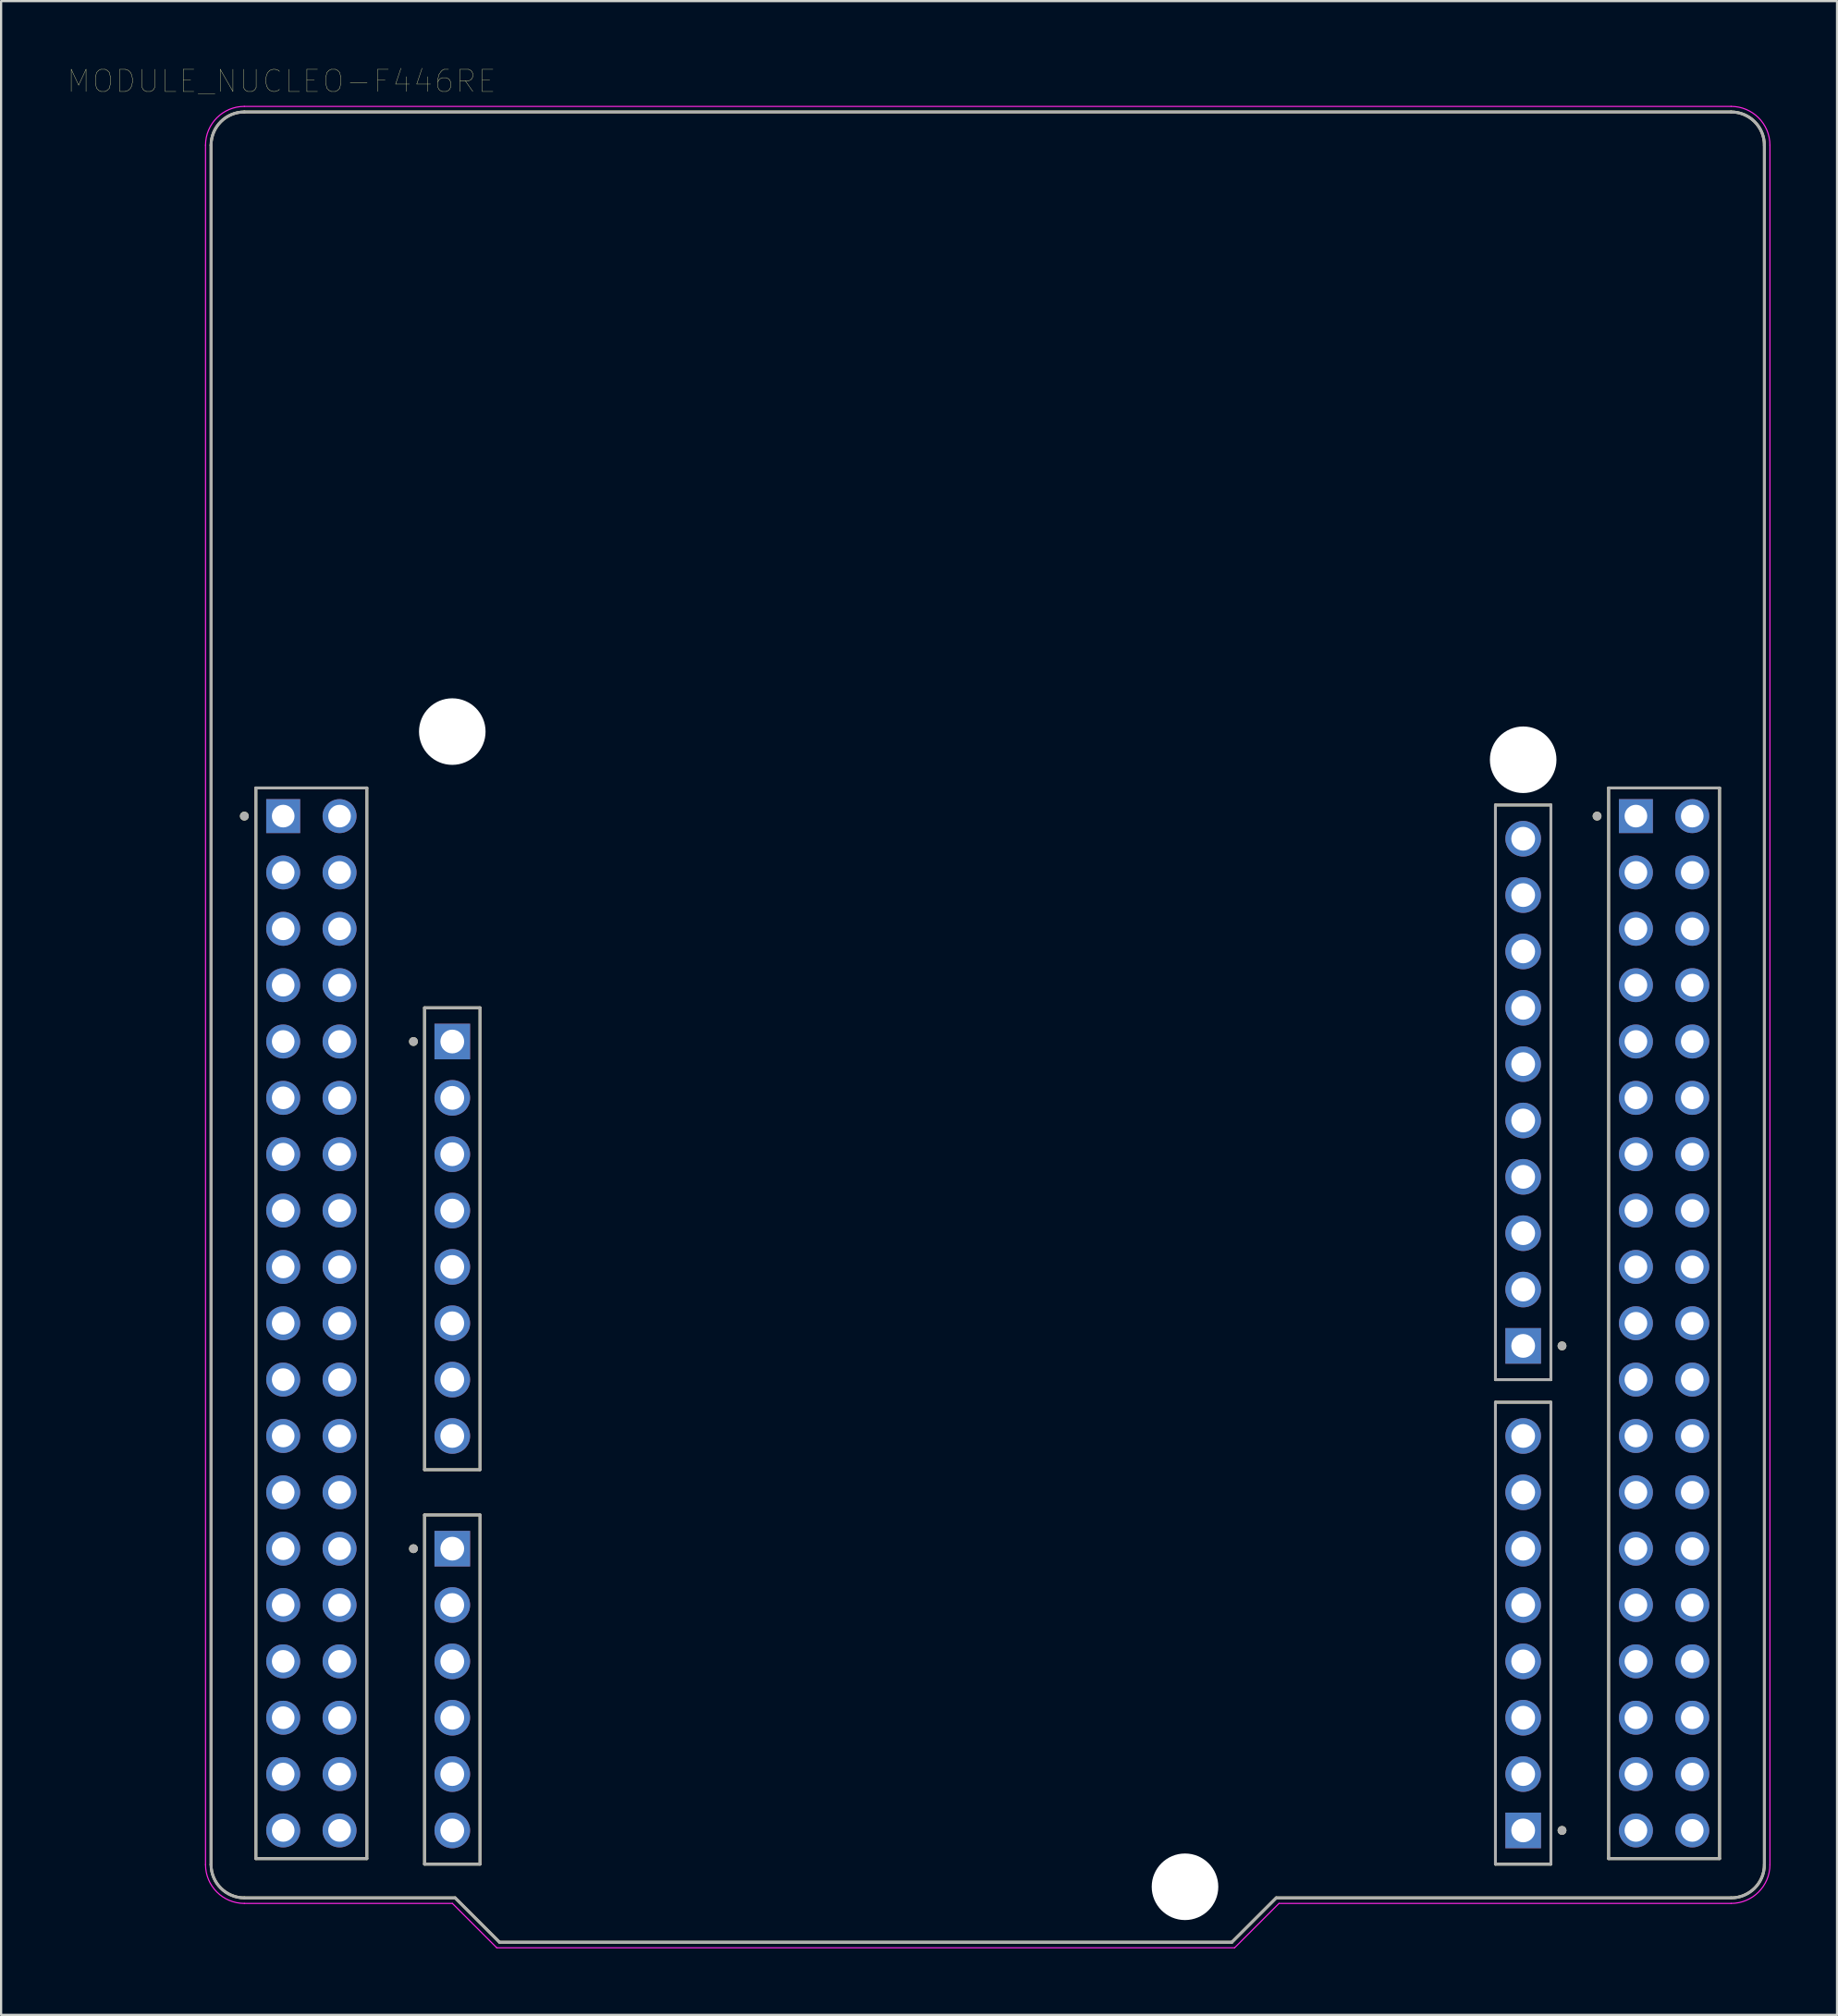
<source format=kicad_pcb>
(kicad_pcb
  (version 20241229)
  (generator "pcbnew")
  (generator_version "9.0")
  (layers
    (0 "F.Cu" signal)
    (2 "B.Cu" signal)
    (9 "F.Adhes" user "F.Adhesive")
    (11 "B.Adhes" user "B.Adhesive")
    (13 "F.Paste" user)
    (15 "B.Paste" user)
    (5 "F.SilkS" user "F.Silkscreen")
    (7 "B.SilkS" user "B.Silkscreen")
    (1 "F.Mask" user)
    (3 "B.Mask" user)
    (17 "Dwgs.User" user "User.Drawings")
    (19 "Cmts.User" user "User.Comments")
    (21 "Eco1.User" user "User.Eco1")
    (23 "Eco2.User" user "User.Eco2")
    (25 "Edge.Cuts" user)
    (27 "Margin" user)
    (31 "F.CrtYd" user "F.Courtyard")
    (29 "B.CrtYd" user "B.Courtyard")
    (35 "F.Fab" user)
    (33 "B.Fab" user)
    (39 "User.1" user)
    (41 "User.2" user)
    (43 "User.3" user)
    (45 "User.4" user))
  (footprint "MODULE_NUCLEO-F446RE"
    (layer "F.Cu")
    (at 41.462 43.246)
    (property "Reference" "MODULE_NUCLEO-F446RE" (at -31.825 -42.635 0) (layer "F.SilkS") (effects (font (size 1 1) (thickness 0.015))))
    (attr through_hole)
    (fp_line (start -35 37.75) (end -35 -39.75) (stroke (width 0.127) (type solid)) (layer "F.SilkS"))
    (fp_line (start -33.5 -41.25) (end 33.5 -41.25) (stroke (width 0.127) (type solid)) (layer "F.SilkS"))
    (fp_line (start -32.98 -10.78) (end -32.98 37.48) (stroke (width 0.127) (type solid)) (layer "F.SilkS"))
    (fp_line (start -32.98 37.48) (end -27.98 37.48) (stroke (width 0.127) (type solid)) (layer "F.SilkS"))
    (fp_line (start -27.98 -10.78) (end -32.98 -10.78) (stroke (width 0.127) (type solid)) (layer "F.SilkS"))
    (fp_line (start -27.98 37.48) (end -27.98 -10.78) (stroke (width 0.127) (type solid)) (layer "F.SilkS"))
    (fp_line (start -25.38 -0.87) (end -25.38 19.95) (stroke (width 0.127) (type solid)) (layer "F.SilkS"))
    (fp_line (start -25.38 19.95) (end -22.88 19.95) (stroke (width 0.127) (type solid)) (layer "F.SilkS"))
    (fp_line (start -25.38 21.99) (end -25.38 37.73) (stroke (width 0.127) (type solid)) (layer "F.SilkS"))
    (fp_line (start -25.38 37.73) (end -22.88 37.73) (stroke (width 0.127) (type solid)) (layer "F.SilkS"))
    (fp_line (start -24 39.25) (end -33.5 39.25) (stroke (width 0.127) (type solid)) (layer "F.SilkS"))
    (fp_line (start -22.88 -0.87) (end -25.38 -0.87) (stroke (width 0.127) (type solid)) (layer "F.SilkS"))
    (fp_line (start -22.88 19.95) (end -22.88 -0.87) (stroke (width 0.127) (type solid)) (layer "F.SilkS"))
    (fp_line (start -22.88 21.99) (end -25.38 21.99) (stroke (width 0.127) (type solid)) (layer "F.SilkS"))
    (fp_line (start -22.88 37.73) (end -22.88 21.99) (stroke (width 0.127) (type solid)) (layer "F.SilkS"))
    (fp_line (start -22 41.25) (end -24 39.25) (stroke (width 0.127) (type solid)) (layer "F.SilkS"))
    (fp_line (start 11 41.25) (end -22 41.25) (stroke (width 0.127) (type solid)) (layer "F.SilkS"))
    (fp_line (start 13 39.25) (end 11 41.25) (stroke (width 0.127) (type solid)) (layer "F.SilkS"))
    (fp_line (start 22.88 -10.01) (end 22.88 15.89) (stroke (width 0.127) (type solid)) (layer "F.SilkS"))
    (fp_line (start 22.88 15.89) (end 25.38 15.89) (stroke (width 0.127) (type solid)) (layer "F.SilkS"))
    (fp_line (start 22.88 16.91) (end 22.88 37.73) (stroke (width 0.127) (type solid)) (layer "F.SilkS"))
    (fp_line (start 22.88 37.73) (end 25.38 37.73) (stroke (width 0.127) (type solid)) (layer "F.SilkS"))
    (fp_line (start 25.38 -10.01) (end 22.88 -10.01) (stroke (width 0.127) (type solid)) (layer "F.SilkS"))
    (fp_line (start 25.38 15.89) (end 25.38 -10.01) (stroke (width 0.127) (type solid)) (layer "F.SilkS"))
    (fp_line (start 25.38 16.91) (end 22.88 16.91) (stroke (width 0.127) (type solid)) (layer "F.SilkS"))
    (fp_line (start 25.38 37.73) (end 25.38 16.91) (stroke (width 0.127) (type solid)) (layer "F.SilkS"))
    (fp_line (start 27.98 -10.78) (end 27.98 37.48) (stroke (width 0.127) (type solid)) (layer "F.SilkS"))
    (fp_line (start 27.98 37.48) (end 32.98 37.48) (stroke (width 0.127) (type solid)) (layer "F.SilkS"))
    (fp_line (start 32.98 -10.78) (end 27.98 -10.78) (stroke (width 0.127) (type solid)) (layer "F.SilkS"))
    (fp_line (start 32.98 37.48) (end 32.98 -10.78) (stroke (width 0.127) (type solid)) (layer "F.SilkS"))
    (fp_line (start 33.5 39.25) (end 13 39.25) (stroke (width 0.127) (type solid)) (layer "F.SilkS"))
    (fp_line (start 35 -39.75) (end 35 37.75) (stroke (width 0.127) (type solid)) (layer "F.SilkS"))
    (fp_arc (start -35 -39.75) (mid -34.56066 -40.81066) (end -33.5 -41.25) (stroke (width 0.127) (type solid)) (layer "F.SilkS"))
    (fp_arc (start -33.5 39.25) (mid -34.56066 38.81066) (end -35 37.75) (stroke (width 0.127) (type solid)) (layer "F.SilkS"))
    (fp_arc (start 33.5 -41.25) (mid 34.56066 -40.81066) (end 35 -39.75) (stroke (width 0.127) (type solid)) (layer "F.SilkS"))
    (fp_arc (start 35 37.75) (mid 34.56066 38.81066) (end 33.5 39.25) (stroke (width 0.127) (type solid)) (layer "F.SilkS"))
    (fp_circle (center -33.5 -9.51) (end -33.4 -9.51) (stroke (width 0.2) (type solid)) (fill no) (layer "F.SilkS"))
    (fp_circle (center -25.88 0.65) (end -25.78 0.65) (stroke (width 0.2) (type solid)) (fill no) (layer "F.SilkS"))
    (fp_circle (center -25.88 23.51) (end -25.78 23.51) (stroke (width 0.2) (type solid)) (fill no) (layer "F.SilkS"))
    (fp_circle (center 25.88 14.37) (end 25.98 14.37) (stroke (width 0.2) (type solid)) (fill no) (layer "F.SilkS"))
    (fp_circle (center 25.88 36.21) (end 25.98 36.21) (stroke (width 0.2) (type solid)) (fill no) (layer "F.SilkS"))
    (fp_circle (center 27.46 -9.51) (end 27.56 -9.51) (stroke (width 0.2) (type solid)) (fill no) (layer "F.SilkS"))
    (fp_line (start -35.25 37.75) (end -35.25 -39.75) (stroke (width 0.05) (type solid)) (layer "F.CrtYd"))
    (fp_line (start -33.5 -41.5) (end 33.5 -41.5) (stroke (width 0.05) (type solid)) (layer "F.CrtYd"))
    (fp_line (start -24.125 39.5) (end -33.5 39.5) (stroke (width 0.05) (type solid)) (layer "F.CrtYd"))
    (fp_line (start -22.125 41.5) (end -24.125 39.5) (stroke (width 0.05) (type solid)) (layer "F.CrtYd"))
    (fp_line (start 11.125 41.5) (end -22.125 41.5) (stroke (width 0.05) (type solid)) (layer "F.CrtYd"))
    (fp_line (start 13.125 39.5) (end 11.125 41.5) (stroke (width 0.05) (type solid)) (layer "F.CrtYd"))
    (fp_line (start 33.5 39.5) (end 13.125 39.5) (stroke (width 0.05) (type solid)) (layer "F.CrtYd"))
    (fp_line (start 35.25 -39.75) (end 35.25 37.75) (stroke (width 0.05) (type solid)) (layer "F.CrtYd"))
    (fp_arc (start -35.25 -39.75) (mid -34.737437 -40.987437) (end -33.5 -41.5) (stroke (width 0.05) (type solid)) (layer "F.CrtYd"))
    (fp_arc (start -33.5 39.5) (mid -34.737437 38.987437) (end -35.25 37.75) (stroke (width 0.05) (type solid)) (layer "F.CrtYd"))
    (fp_arc (start 33.5 -41.5) (mid 34.737437 -40.987437) (end 35.25 -39.75) (stroke (width 0.05) (type solid)) (layer "F.CrtYd"))
    (fp_arc (start 35.25 37.75) (mid 34.737437 38.987437) (end 33.5 39.5) (stroke (width 0.05) (type solid)) (layer "F.CrtYd"))
    (fp_line (start -35 37.75) (end -35 -39.75) (stroke (width 0.127) (type solid)) (layer "F.Fab"))
    (fp_line (start -33.5 -41.25) (end 33.5 -41.25) (stroke (width 0.127) (type solid)) (layer "F.Fab"))
    (fp_line (start -32.98 -10.78) (end -32.98 37.48) (stroke (width 0.127) (type solid)) (layer "F.Fab"))
    (fp_line (start -32.98 37.48) (end -27.98 37.48) (stroke (width 0.127) (type solid)) (layer "F.Fab"))
    (fp_line (start -27.98 -10.78) (end -32.98 -10.78) (stroke (width 0.127) (type solid)) (layer "F.Fab"))
    (fp_line (start -27.98 37.48) (end -27.98 -10.78) (stroke (width 0.127) (type solid)) (layer "F.Fab"))
    (fp_line (start -25.38 -0.87) (end -25.38 19.95) (stroke (width 0.127) (type solid)) (layer "F.Fab"))
    (fp_line (start -25.38 19.95) (end -22.88 19.95) (stroke (width 0.127) (type solid)) (layer "F.Fab"))
    (fp_line (start -25.38 21.99) (end -25.38 37.73) (stroke (width 0.127) (type solid)) (layer "F.Fab"))
    (fp_line (start -25.38 37.73) (end -22.88 37.73) (stroke (width 0.127) (type solid)) (layer "F.Fab"))
    (fp_line (start -24 39.25) (end -33.5 39.25) (stroke (width 0.127) (type solid)) (layer "F.Fab"))
    (fp_line (start -22.88 -0.87) (end -25.38 -0.87) (stroke (width 0.127) (type solid)) (layer "F.Fab"))
    (fp_line (start -22.88 19.95) (end -22.88 -0.87) (stroke (width 0.127) (type solid)) (layer "F.Fab"))
    (fp_line (start -22.88 21.99) (end -25.38 21.99) (stroke (width 0.127) (type solid)) (layer "F.Fab"))
    (fp_line (start -22.88 37.73) (end -22.88 21.99) (stroke (width 0.127) (type solid)) (layer "F.Fab"))
    (fp_line (start -22 41.25) (end -24 39.25) (stroke (width 0.127) (type solid)) (layer "F.Fab"))
    (fp_line (start 11 41.25) (end -22 41.25) (stroke (width 0.127) (type solid)) (layer "F.Fab"))
    (fp_line (start 13 39.25) (end 11 41.25) (stroke (width 0.127) (type solid)) (layer "F.Fab"))
    (fp_line (start 22.88 -10.01) (end 22.88 15.89) (stroke (width 0.127) (type solid)) (layer "F.Fab"))
    (fp_line (start 22.88 15.89) (end 25.38 15.89) (stroke (width 0.127) (type solid)) (layer "F.Fab"))
    (fp_line (start 22.88 16.91) (end 22.88 37.73) (stroke (width 0.127) (type solid)) (layer "F.Fab"))
    (fp_line (start 22.88 37.73) (end 25.38 37.73) (stroke (width 0.127) (type solid)) (layer "F.Fab"))
    (fp_line (start 25.38 -10.01) (end 22.88 -10.01) (stroke (width 0.127) (type solid)) (layer "F.Fab"))
    (fp_line (start 25.38 15.89) (end 25.38 -10.01) (stroke (width 0.127) (type solid)) (layer "F.Fab"))
    (fp_line (start 25.38 16.91) (end 22.88 16.91) (stroke (width 0.127) (type solid)) (layer "F.Fab"))
    (fp_line (start 25.38 37.73) (end 25.38 16.91) (stroke (width 0.127) (type solid)) (layer "F.Fab"))
    (fp_line (start 27.98 -10.78) (end 27.98 37.48) (stroke (width 0.127) (type solid)) (layer "F.Fab"))
    (fp_line (start 27.98 37.48) (end 32.98 37.48) (stroke (width 0.127) (type solid)) (layer "F.Fab"))
    (fp_line (start 32.98 -10.78) (end 27.98 -10.78) (stroke (width 0.127) (type solid)) (layer "F.Fab"))
    (fp_line (start 32.98 37.48) (end 32.98 -10.78) (stroke (width 0.127) (type solid)) (layer "F.Fab"))
    (fp_line (start 33.5 39.25) (end 13 39.25) (stroke (width 0.127) (type solid)) (layer "F.Fab"))
    (fp_line (start 35 -39.75) (end 35 37.75) (stroke (width 0.127) (type solid)) (layer "F.Fab"))
    (fp_arc (start -35 -39.75) (mid -34.56066 -40.81066) (end -33.5 -41.25) (stroke (width 0.127) (type solid)) (layer "F.Fab"))
    (fp_arc (start -33.5 39.25) (mid -34.56066 38.81066) (end -35 37.75) (stroke (width 0.127) (type solid)) (layer "F.Fab"))
    (fp_arc (start 33.5 -41.25) (mid 34.56066 -40.81066) (end 35 -39.75) (stroke (width 0.127) (type solid)) (layer "F.Fab"))
    (fp_arc (start 35 37.75) (mid 34.56066 38.81066) (end 33.5 39.25) (stroke (width 0.127) (type solid)) (layer "F.Fab"))
    (fp_circle (center -33.5 -9.51) (end -33.4 -9.51) (stroke (width 0.2) (type solid)) (fill no) (layer "F.Fab"))
    (fp_circle (center -25.88 0.65) (end -25.78 0.65) (stroke (width 0.2) (type solid)) (fill no) (layer "F.Fab"))
    (fp_circle (center -25.88 23.51) (end -25.78 23.51) (stroke (width 0.2) (type solid)) (fill no) (layer "F.Fab"))
    (fp_circle (center 25.88 14.37) (end 25.98 14.37) (stroke (width 0.2) (type solid)) (fill no) (layer "F.Fab"))
    (fp_circle (center 25.88 36.21) (end 25.98 36.21) (stroke (width 0.2) (type solid)) (fill no) (layer "F.Fab"))
    (fp_circle (center 27.46 -9.51) (end 27.56 -9.51) (stroke (width 0.2) (type solid)) (fill no) (layer "F.Fab"))
    (pad "" np_thru_hole circle (at -24.13 -13.32) (size 3 3) (drill 3) (layers "*.Cu" "*.Mask"))
    (pad "" np_thru_hole circle (at 8.89 38.75) (size 3 3) (drill 3) (layers "*.Cu" "*.Mask"))
    (pad "" np_thru_hole circle (at 24.13 -12.05) (size 3 3) (drill 3) (layers "*.Cu" "*.Mask"))
    (pad "CN5_1" thru_hole rect (at 24.13 14.37) (size 1.605 1.605) (drill 1.07) (layers "*.Cu" "*.Mask"))
    (pad "CN5_2" thru_hole circle (at 24.13 11.83) (size 1.605 1.605) (drill 1.07) (layers "*.Cu" "*.Mask"))
    (pad "CN5_3" thru_hole circle (at 24.13 9.29) (size 1.605 1.605) (drill 1.07) (layers "*.Cu" "*.Mask"))
    (pad "CN5_4" thru_hole circle (at 24.13 6.75) (size 1.605 1.605) (drill 1.07) (layers "*.Cu" "*.Mask"))
    (pad "CN5_5" thru_hole circle (at 24.13 4.21) (size 1.605 1.605) (drill 1.07) (layers "*.Cu" "*.Mask"))
    (pad "CN5_6" thru_hole circle (at 24.13 1.67) (size 1.605 1.605) (drill 1.07) (layers "*.Cu" "*.Mask"))
    (pad "CN5_7" thru_hole circle (at 24.13 -0.87) (size 1.605 1.605) (drill 1.07) (layers "*.Cu" "*.Mask"))
    (pad "CN5_8" thru_hole circle (at 24.13 -3.41) (size 1.605 1.605) (drill 1.07) (layers "*.Cu" "*.Mask"))
    (pad "CN5_9" thru_hole circle (at 24.13 -5.95) (size 1.605 1.605) (drill 1.07) (layers "*.Cu" "*.Mask"))
    (pad "CN5_10" thru_hole circle (at 24.13 -8.49) (size 1.605 1.605) (drill 1.07) (layers "*.Cu" "*.Mask"))
    (pad "CN6_1" thru_hole rect (at -24.13 0.65) (size 1.605 1.605) (drill 1.07) (layers "*.Cu" "*.Mask"))
    (pad "CN6_2" thru_hole circle (at -24.13 3.19) (size 1.605 1.605) (drill 1.07) (layers "*.Cu" "*.Mask"))
    (pad "CN6_3" thru_hole circle (at -24.13 5.73) (size 1.605 1.605) (drill 1.07) (layers "*.Cu" "*.Mask"))
    (pad "CN6_4" thru_hole circle (at -24.13 8.27) (size 1.605 1.605) (drill 1.07) (layers "*.Cu" "*.Mask"))
    (pad "CN6_5" thru_hole circle (at -24.13 10.81) (size 1.605 1.605) (drill 1.07) (layers "*.Cu" "*.Mask"))
    (pad "CN6_6" thru_hole circle (at -24.13 13.35) (size 1.605 1.605) (drill 1.07) (layers "*.Cu" "*.Mask"))
    (pad "CN6_7" thru_hole circle (at -24.13 15.89) (size 1.605 1.605) (drill 1.07) (layers "*.Cu" "*.Mask"))
    (pad "CN6_8" thru_hole circle (at -24.13 18.43) (size 1.605 1.605) (drill 1.07) (layers "*.Cu" "*.Mask"))
    (pad "CN7_1" thru_hole rect (at -31.75 -9.51) (size 1.53 1.53) (drill 1.02) (layers "*.Cu" "*.Mask"))
    (pad "CN7_2" thru_hole circle (at -29.21 -9.51) (size 1.53 1.53) (drill 1.02) (layers "*.Cu" "*.Mask"))
    (pad "CN7_3" thru_hole circle (at -31.75 -6.97) (size 1.53 1.53) (drill 1.02) (layers "*.Cu" "*.Mask"))
    (pad "CN7_4" thru_hole circle (at -29.21 -6.97) (size 1.53 1.53) (drill 1.02) (layers "*.Cu" "*.Mask"))
    (pad "CN7_5" thru_hole circle (at -31.75 -4.43) (size 1.53 1.53) (drill 1.02) (layers "*.Cu" "*.Mask"))
    (pad "CN7_6" thru_hole circle (at -29.21 -4.43) (size 1.53 1.53) (drill 1.02) (layers "*.Cu" "*.Mask"))
    (pad "CN7_7" thru_hole circle (at -31.75 -1.89) (size 1.53 1.53) (drill 1.02) (layers "*.Cu" "*.Mask"))
    (pad "CN7_8" thru_hole circle (at -29.21 -1.89) (size 1.53 1.53) (drill 1.02) (layers "*.Cu" "*.Mask"))
    (pad "CN7_9" thru_hole circle (at -31.75 0.65) (size 1.53 1.53) (drill 1.02) (layers "*.Cu" "*.Mask"))
    (pad "CN7_10" thru_hole circle (at -29.21 0.65) (size 1.53 1.53) (drill 1.02) (layers "*.Cu" "*.Mask"))
    (pad "CN7_11" thru_hole circle (at -31.75 3.19) (size 1.53 1.53) (drill 1.02) (layers "*.Cu" "*.Mask"))
    (pad "CN7_12" thru_hole circle (at -29.21 3.19) (size 1.53 1.53) (drill 1.02) (layers "*.Cu" "*.Mask"))
    (pad "CN7_13" thru_hole circle (at -31.75 5.73) (size 1.53 1.53) (drill 1.02) (layers "*.Cu" "*.Mask"))
    (pad "CN7_14" thru_hole circle (at -29.21 5.73) (size 1.53 1.53) (drill 1.02) (layers "*.Cu" "*.Mask"))
    (pad "CN7_15" thru_hole circle (at -31.75 8.27) (size 1.53 1.53) (drill 1.02) (layers "*.Cu" "*.Mask"))
    (pad "CN7_16" thru_hole circle (at -29.21 8.27) (size 1.53 1.53) (drill 1.02) (layers "*.Cu" "*.Mask"))
    (pad "CN7_17" thru_hole circle (at -31.75 10.81) (size 1.53 1.53) (drill 1.02) (layers "*.Cu" "*.Mask"))
    (pad "CN7_18" thru_hole circle (at -29.21 10.81) (size 1.53 1.53) (drill 1.02) (layers "*.Cu" "*.Mask"))
    (pad "CN7_19" thru_hole circle (at -31.75 13.35) (size 1.53 1.53) (drill 1.02) (layers "*.Cu" "*.Mask"))
    (pad "CN7_20" thru_hole circle (at -29.21 13.35) (size 1.53 1.53) (drill 1.02) (layers "*.Cu" "*.Mask"))
    (pad "CN7_21" thru_hole circle (at -31.75 15.89) (size 1.53 1.53) (drill 1.02) (layers "*.Cu" "*.Mask"))
    (pad "CN7_22" thru_hole circle (at -29.21 15.89) (size 1.53 1.53) (drill 1.02) (layers "*.Cu" "*.Mask"))
    (pad "CN7_23" thru_hole circle (at -31.75 18.43) (size 1.53 1.53) (drill 1.02) (layers "*.Cu" "*.Mask"))
    (pad "CN7_24" thru_hole circle (at -29.21 18.43) (size 1.53 1.53) (drill 1.02) (layers "*.Cu" "*.Mask"))
    (pad "CN7_25" thru_hole circle (at -31.75 20.97) (size 1.53 1.53) (drill 1.02) (layers "*.Cu" "*.Mask"))
    (pad "CN7_26" thru_hole circle (at -29.21 20.97) (size 1.53 1.53) (drill 1.02) (layers "*.Cu" "*.Mask"))
    (pad "CN7_27" thru_hole circle (at -31.75 23.51) (size 1.53 1.53) (drill 1.02) (layers "*.Cu" "*.Mask"))
    (pad "CN7_28" thru_hole circle (at -29.21 23.51) (size 1.53 1.53) (drill 1.02) (layers "*.Cu" "*.Mask"))
    (pad "CN7_29" thru_hole circle (at -31.75 26.05) (size 1.53 1.53) (drill 1.02) (layers "*.Cu" "*.Mask"))
    (pad "CN7_30" thru_hole circle (at -29.21 26.05) (size 1.53 1.53) (drill 1.02) (layers "*.Cu" "*.Mask"))
    (pad "CN7_31" thru_hole circle (at -31.75 28.59) (size 1.53 1.53) (drill 1.02) (layers "*.Cu" "*.Mask"))
    (pad "CN7_32" thru_hole circle (at -29.21 28.59) (size 1.53 1.53) (drill 1.02) (layers "*.Cu" "*.Mask"))
    (pad "CN7_33" thru_hole circle (at -31.75 31.13) (size 1.53 1.53) (drill 1.02) (layers "*.Cu" "*.Mask"))
    (pad "CN7_34" thru_hole circle (at -29.21 31.13) (size 1.53 1.53) (drill 1.02) (layers "*.Cu" "*.Mask"))
    (pad "CN7_35" thru_hole circle (at -31.75 33.67) (size 1.53 1.53) (drill 1.02) (layers "*.Cu" "*.Mask"))
    (pad "CN7_36" thru_hole circle (at -29.21 33.67) (size 1.53 1.53) (drill 1.02) (layers "*.Cu" "*.Mask"))
    (pad "CN7_37" thru_hole circle (at -31.75 36.21) (size 1.53 1.53) (drill 1.02) (layers "*.Cu" "*.Mask"))
    (pad "CN7_38" thru_hole circle (at -29.21 36.21) (size 1.53 1.53) (drill 1.02) (layers "*.Cu" "*.Mask"))
    (pad "CN8_1" thru_hole rect (at -24.13 23.51) (size 1.605 1.605) (drill 1.07) (layers "*.Cu" "*.Mask"))
    (pad "CN8_2" thru_hole circle (at -24.13 26.05) (size 1.605 1.605) (drill 1.07) (layers "*.Cu" "*.Mask"))
    (pad "CN8_3" thru_hole circle (at -24.13 28.59) (size 1.605 1.605) (drill 1.07) (layers "*.Cu" "*.Mask"))
    (pad "CN8_4" thru_hole circle (at -24.13 31.13) (size 1.605 1.605) (drill 1.07) (layers "*.Cu" "*.Mask"))
    (pad "CN8_5" thru_hole circle (at -24.13 33.67) (size 1.605 1.605) (drill 1.07) (layers "*.Cu" "*.Mask"))
    (pad "CN8_6" thru_hole circle (at -24.13 36.21) (size 1.605 1.605) (drill 1.07) (layers "*.Cu" "*.Mask"))
    (pad "CN9_1" thru_hole rect (at 24.13 36.21) (size 1.605 1.605) (drill 1.07) (layers "*.Cu" "*.Mask"))
    (pad "CN9_2" thru_hole circle (at 24.13 33.67) (size 1.605 1.605) (drill 1.07) (layers "*.Cu" "*.Mask"))
    (pad "CN9_3" thru_hole circle (at 24.13 31.13) (size 1.605 1.605) (drill 1.07) (layers "*.Cu" "*.Mask"))
    (pad "CN9_4" thru_hole circle (at 24.13 28.59) (size 1.605 1.605) (drill 1.07) (layers "*.Cu" "*.Mask"))
    (pad "CN9_5" thru_hole circle (at 24.13 26.05) (size 1.605 1.605) (drill 1.07) (layers "*.Cu" "*.Mask"))
    (pad "CN9_6" thru_hole circle (at 24.13 23.51) (size 1.605 1.605) (drill 1.07) (layers "*.Cu" "*.Mask"))
    (pad "CN9_7" thru_hole circle (at 24.13 20.97) (size 1.605 1.605) (drill 1.07) (layers "*.Cu" "*.Mask"))
    (pad "CN9_8" thru_hole circle (at 24.13 18.43) (size 1.605 1.605) (drill 1.07) (layers "*.Cu" "*.Mask"))
    (pad "CN10_1" thru_hole rect (at 29.21 -9.51) (size 1.53 1.53) (drill 1.02) (layers "*.Cu" "*.Mask"))
    (pad "CN10_2" thru_hole circle (at 31.75 -9.51) (size 1.53 1.53) (drill 1.02) (layers "*.Cu" "*.Mask"))
    (pad "CN10_3" thru_hole circle (at 29.21 -6.97) (size 1.53 1.53) (drill 1.02) (layers "*.Cu" "*.Mask"))
    (pad "CN10_4" thru_hole circle (at 31.75 -6.97) (size 1.53 1.53) (drill 1.02) (layers "*.Cu" "*.Mask"))
    (pad "CN10_5" thru_hole circle (at 29.21 -4.43) (size 1.53 1.53) (drill 1.02) (layers "*.Cu" "*.Mask"))
    (pad "CN10_6" thru_hole circle (at 31.75 -4.43) (size 1.53 1.53) (drill 1.02) (layers "*.Cu" "*.Mask"))
    (pad "CN10_7" thru_hole circle (at 29.21 -1.89) (size 1.53 1.53) (drill 1.02) (layers "*.Cu" "*.Mask"))
    (pad "CN10_8" thru_hole circle (at 31.75 -1.89) (size 1.53 1.53) (drill 1.02) (layers "*.Cu" "*.Mask"))
    (pad "CN10_9" thru_hole circle (at 29.21 0.65) (size 1.53 1.53) (drill 1.02) (layers "*.Cu" "*.Mask"))
    (pad "CN10_10" thru_hole circle (at 31.75 0.65) (size 1.53 1.53) (drill 1.02) (layers "*.Cu" "*.Mask"))
    (pad "CN10_11" thru_hole circle (at 29.21 3.19) (size 1.53 1.53) (drill 1.02) (layers "*.Cu" "*.Mask"))
    (pad "CN10_12" thru_hole circle (at 31.75 3.19) (size 1.53 1.53) (drill 1.02) (layers "*.Cu" "*.Mask"))
    (pad "CN10_13" thru_hole circle (at 29.21 5.73) (size 1.53 1.53) (drill 1.02) (layers "*.Cu" "*.Mask"))
    (pad "CN10_14" thru_hole circle (at 31.75 5.73) (size 1.53 1.53) (drill 1.02) (layers "*.Cu" "*.Mask"))
    (pad "CN10_15" thru_hole circle (at 29.21 8.27) (size 1.53 1.53) (drill 1.02) (layers "*.Cu" "*.Mask"))
    (pad "CN10_16" thru_hole circle (at 31.75 8.27) (size 1.53 1.53) (drill 1.02) (layers "*.Cu" "*.Mask"))
    (pad "CN10_17" thru_hole circle (at 29.21 10.81) (size 1.53 1.53) (drill 1.02) (layers "*.Cu" "*.Mask"))
    (pad "CN10_18" thru_hole circle (at 31.75 10.81) (size 1.53 1.53) (drill 1.02) (layers "*.Cu" "*.Mask"))
    (pad "CN10_19" thru_hole circle (at 29.21 13.35) (size 1.53 1.53) (drill 1.02) (layers "*.Cu" "*.Mask"))
    (pad "CN10_20" thru_hole circle (at 31.75 13.35) (size 1.53 1.53) (drill 1.02) (layers "*.Cu" "*.Mask"))
    (pad "CN10_21" thru_hole circle (at 29.21 15.89) (size 1.53 1.53) (drill 1.02) (layers "*.Cu" "*.Mask"))
    (pad "CN10_22" thru_hole circle (at 31.75 15.89) (size 1.53 1.53) (drill 1.02) (layers "*.Cu" "*.Mask"))
    (pad "CN10_23" thru_hole circle (at 29.21 18.43) (size 1.53 1.53) (drill 1.02) (layers "*.Cu" "*.Mask"))
    (pad "CN10_24" thru_hole circle (at 31.75 18.43) (size 1.53 1.53) (drill 1.02) (layers "*.Cu" "*.Mask"))
    (pad "CN10_25" thru_hole circle (at 29.21 20.97) (size 1.53 1.53) (drill 1.02) (layers "*.Cu" "*.Mask"))
    (pad "CN10_26" thru_hole circle (at 31.75 20.97) (size 1.53 1.53) (drill 1.02) (layers "*.Cu" "*.Mask"))
    (pad "CN10_27" thru_hole circle (at 29.21 23.51) (size 1.53 1.53) (drill 1.02) (layers "*.Cu" "*.Mask"))
    (pad "CN10_28" thru_hole circle (at 31.75 23.51) (size 1.53 1.53) (drill 1.02) (layers "*.Cu" "*.Mask"))
    (pad "CN10_29" thru_hole circle (at 29.21 26.05) (size 1.53 1.53) (drill 1.02) (layers "*.Cu" "*.Mask"))
    (pad "CN10_30" thru_hole circle (at 31.75 26.05) (size 1.53 1.53) (drill 1.02) (layers "*.Cu" "*.Mask"))
    (pad "CN10_31" thru_hole circle (at 29.21 28.59) (size 1.53 1.53) (drill 1.02) (layers "*.Cu" "*.Mask"))
    (pad "CN10_32" thru_hole circle (at 31.75 28.59) (size 1.53 1.53) (drill 1.02) (layers "*.Cu" "*.Mask"))
    (pad "CN10_33" thru_hole circle (at 29.21 31.13) (size 1.53 1.53) (drill 1.02) (layers "*.Cu" "*.Mask"))
    (pad "CN10_34" thru_hole circle (at 31.75 31.13) (size 1.53 1.53) (drill 1.02) (layers "*.Cu" "*.Mask"))
    (pad "CN10_35" thru_hole circle (at 29.21 33.67) (size 1.53 1.53) (drill 1.02) (layers "*.Cu" "*.Mask"))
    (pad "CN10_36" thru_hole circle (at 31.75 33.67) (size 1.53 1.53) (drill 1.02) (layers "*.Cu" "*.Mask"))
    (pad "CN10_37" thru_hole circle (at 29.21 36.21) (size 1.53 1.53) (drill 1.02) (layers "*.Cu" "*.Mask"))
    (pad "CN10_38" thru_hole circle (at 31.75 36.21) (size 1.53 1.53) (drill 1.02) (layers "*.Cu" "*.Mask")))
  (gr_rect
    (start -3 -3)
    (end 79.737 87.771)
    (stroke (width 0.1) (type default))
    (fill no)
    (layer "Edge.Cuts")))
</source>
